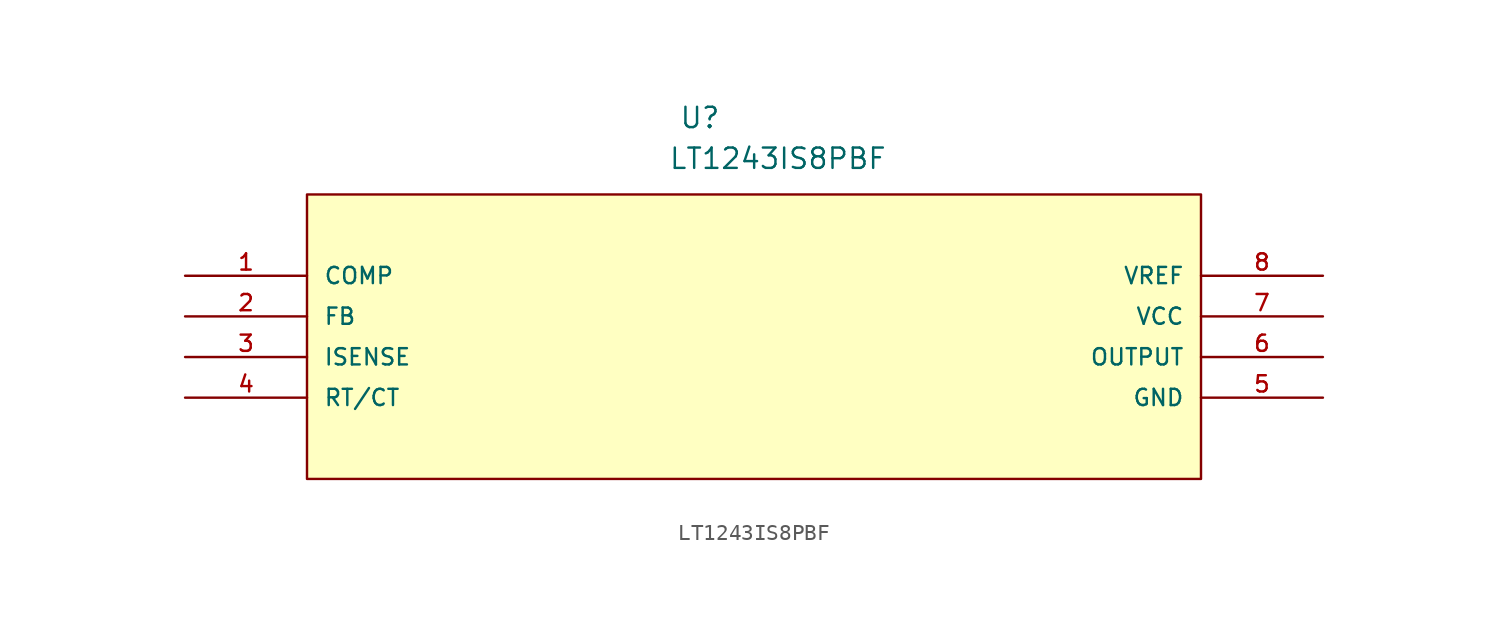
<source format=kicad_sym>
(kicad_symbol_lib
  (version 20211014)
  (generator kicad_symbol_editor)
  (symbol "LT1243IS8PBF"
    (pin_names
      (offset 1.016))
    (property "Reference" "U"
      (at 30.872 9.129 0.0)
      (effects (font (size 1.27 1.27)) (justify bottom left)))
    (property "Value" "LT1243IS8PBF"
      (at 30.208 6.58 0.0)
      (effects (font (size 1.27 1.27)) (justify bottom left)))
    (symbol "LT1243IS8PBF_0_0"
      (rectangle (start 7.62 -12.7) (end 63.5 5.08) (stroke (width 0.152)) (fill (type background)))
      (pin output line (at 0.0 0.0 0) (length 7.62) (name "COMP" (effects (font (size 1.016 1.016)))) (number "1" (effects (font (size 1.016 1.016)))))
      (pin input line (at 0.0 -2.54 0) (length 7.62) (name "FB" (effects (font (size 1.016 1.016)))) (number "2" (effects (font (size 1.016 1.016)))))
      (pin input line (at 0.0 -5.08 0) (length 7.62) (name "ISENSE" (effects (font (size 1.016 1.016)))) (number "3" (effects (font (size 1.016 1.016)))))
      (pin passive line (at 0.0 -7.62 0) (length 7.62) (name "RT/CT" (effects (font (size 1.016 1.016)))) (number "4" (effects (font (size 1.016 1.016)))))
      (pin power_in line (at 71.12 -7.62 180.0) (length 7.62) (name "GND" (effects (font (size 1.016 1.016)))) (number "5" (effects (font (size 1.016 1.016)))))
      (pin output line (at 71.12 -5.08 180.0) (length 7.62) (name "OUTPUT" (effects (font (size 1.016 1.016)))) (number "6" (effects (font (size 1.016 1.016)))))
      (pin power_in line (at 71.12 -2.54 180.0) (length 7.62) (name "VCC" (effects (font (size 1.016 1.016)))) (number "7" (effects (font (size 1.016 1.016)))))
      (pin output line (at 71.12 0.0 180.0) (length 7.62) (name "VREF" (effects (font (size 1.016 1.016)))) (number "8" (effects (font (size 1.016 1.016))))))))
</source>
